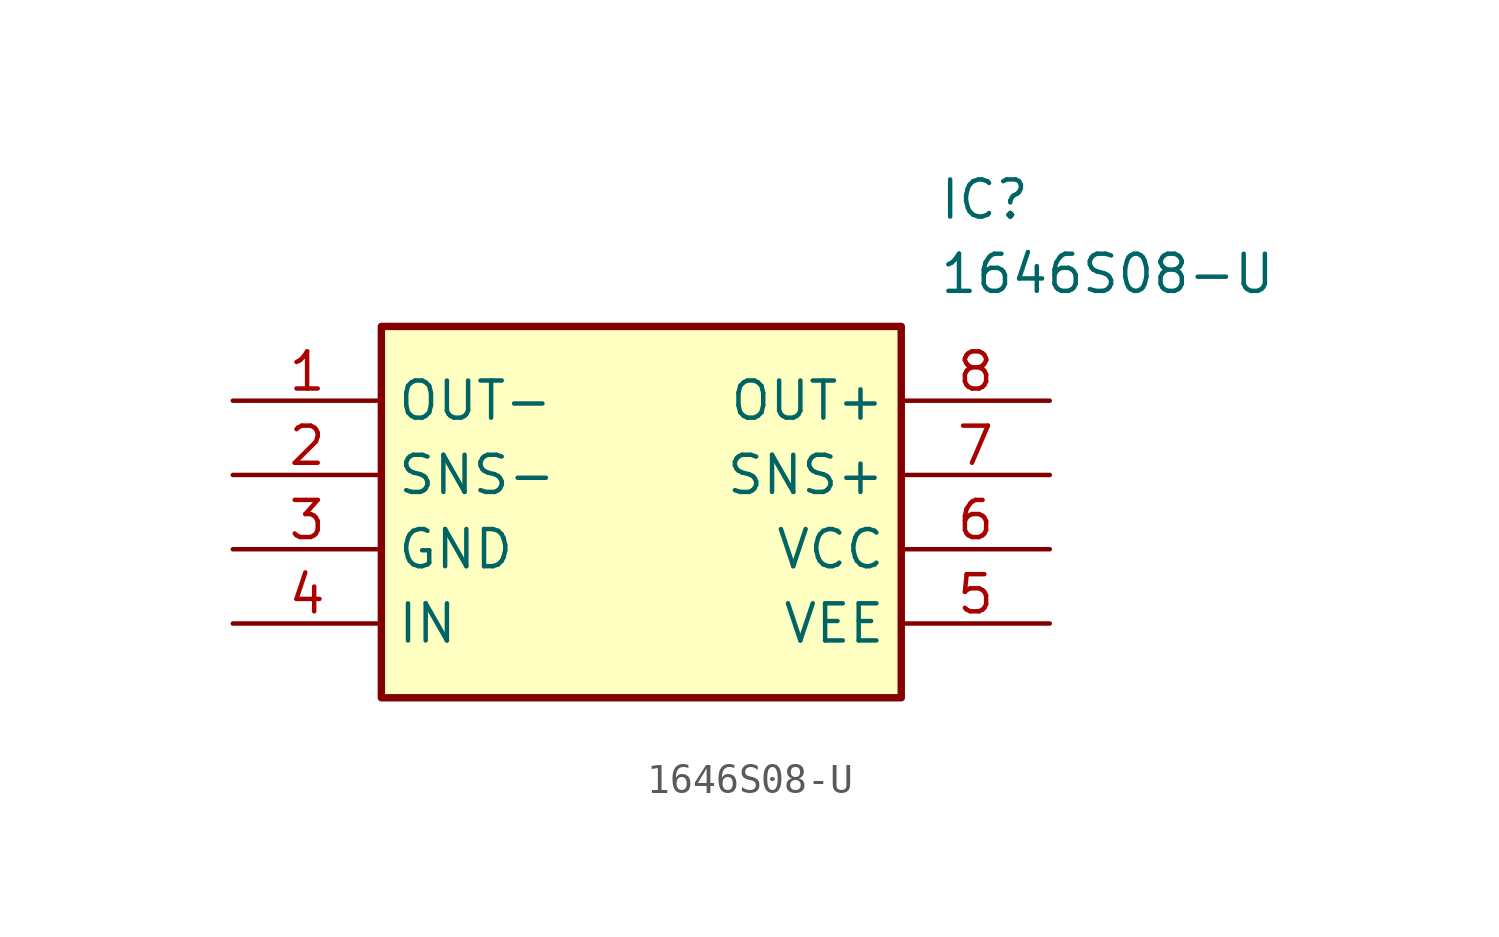
<source format=kicad_sym>
(kicad_symbol_lib
  (version 20220914)
  (generator kicad_symbol_editor)
  (symbol "1646S08-U"
    (property "Reference" "IC"
      (at 24.13 7.62 0)
      (effects (font (size 1.27 1.27)) (justify left top)))
    (property "Value" "1646S08-U"
      (at 24.13 5.08 0)
      (effects (font (size 1.27 1.27)) (justify left top)))
    (symbol "1646S08-U_1_1"
      (rectangle (start 5.08 2.54) (end 22.86 -10.16) (stroke (width 0.254) (type default)) (fill (type background)))
      (pin passive line (at 0 0 0) (length 5.08) (name "OUT-" (effects (font (size 1.27 1.27)))) (number "1" (effects (font (size 1.27 1.27)))))
      (pin passive line (at 0 -2.54 0) (length 5.08) (name "SNS-" (effects (font (size 1.27 1.27)))) (number "2" (effects (font (size 1.27 1.27)))))
      (pin passive line (at 0 -5.08 0) (length 5.08) (name "GND" (effects (font (size 1.27 1.27)))) (number "3" (effects (font (size 1.27 1.27)))))
      (pin passive line (at 0 -7.62 0) (length 5.08) (name "IN" (effects (font (size 1.27 1.27)))) (number "4" (effects (font (size 1.27 1.27)))))
      (pin passive line (at 27.94 -7.62 180) (length 5.08) (name "VEE" (effects (font (size 1.27 1.27)))) (number "5" (effects (font (size 1.27 1.27)))))
      (pin passive line (at 27.94 -5.08 180) (length 5.08) (name "VCC" (effects (font (size 1.27 1.27)))) (number "6" (effects (font (size 1.27 1.27)))))
      (pin passive line (at 27.94 -2.54 180) (length 5.08) (name "SNS+" (effects (font (size 1.27 1.27)))) (number "7" (effects (font (size 1.27 1.27)))))
      (pin passive line (at 27.94 0 180) (length 5.08) (name "OUT+" (effects (font (size 1.27 1.27)))) (number "8" (effects (font (size 1.27 1.27))))))))
</source>
